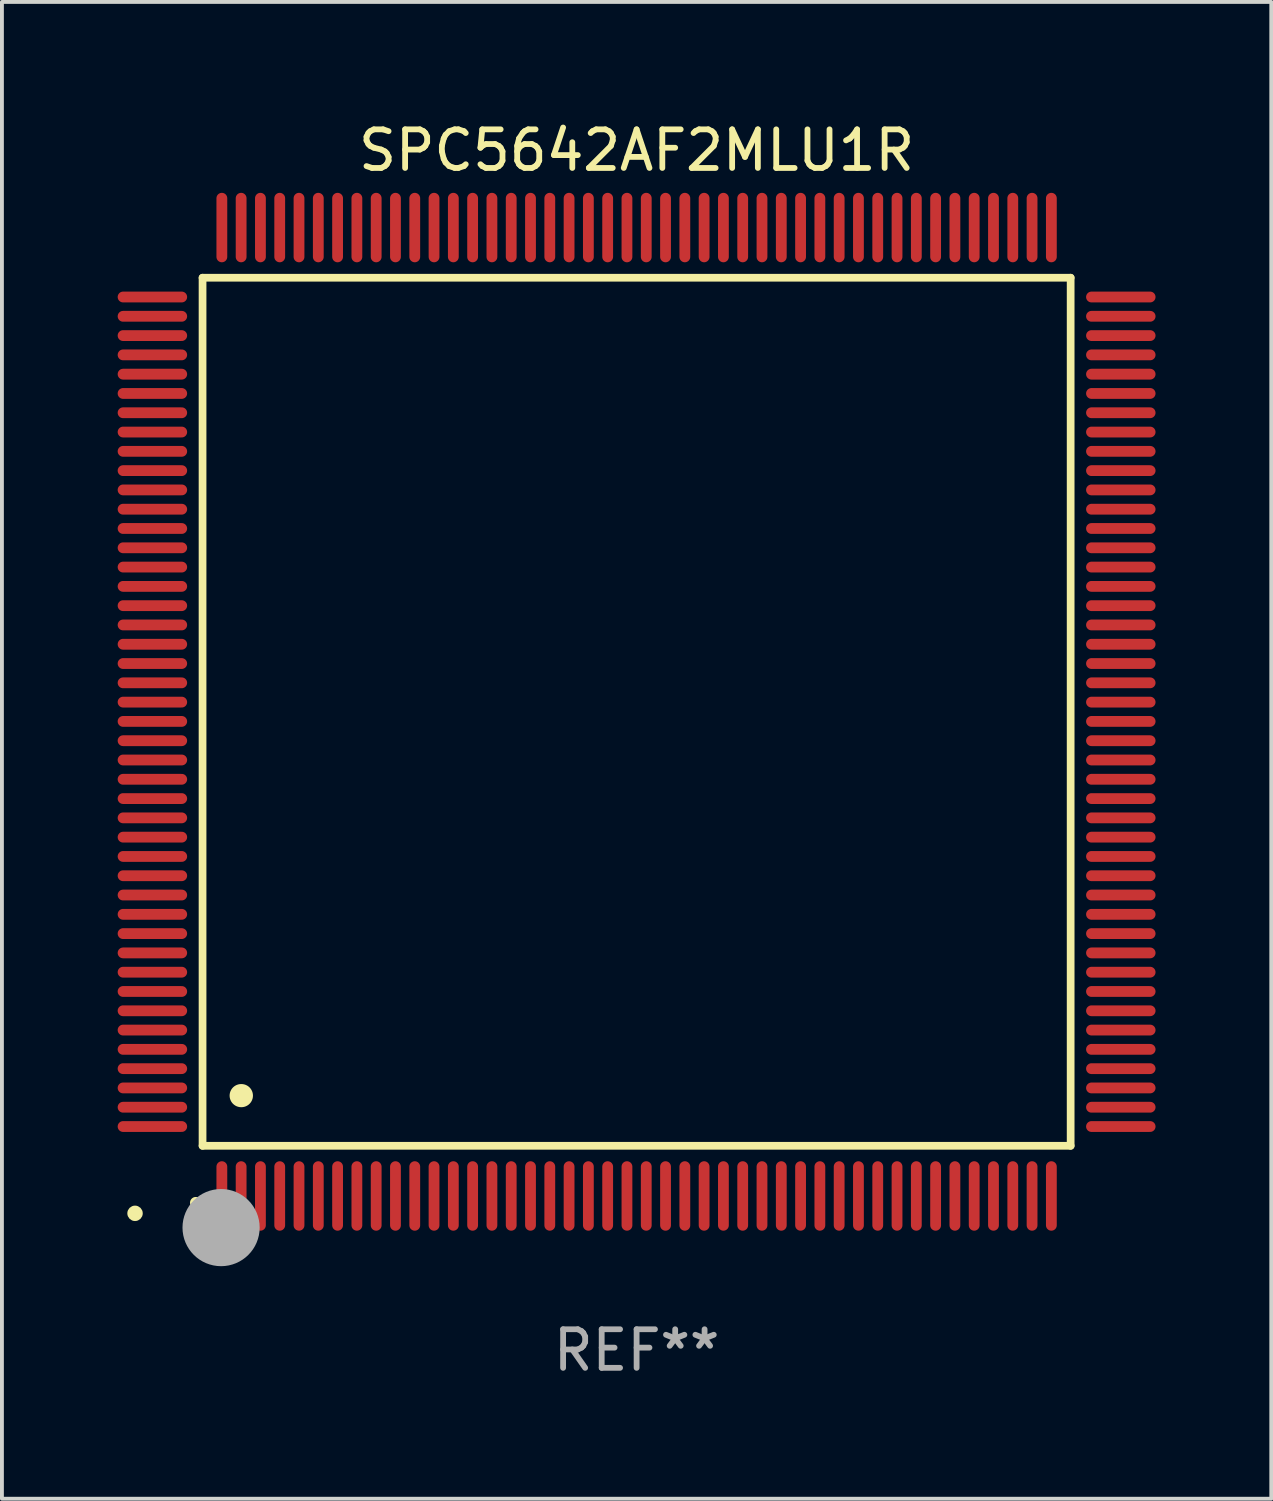
<source format=kicad_pcb>
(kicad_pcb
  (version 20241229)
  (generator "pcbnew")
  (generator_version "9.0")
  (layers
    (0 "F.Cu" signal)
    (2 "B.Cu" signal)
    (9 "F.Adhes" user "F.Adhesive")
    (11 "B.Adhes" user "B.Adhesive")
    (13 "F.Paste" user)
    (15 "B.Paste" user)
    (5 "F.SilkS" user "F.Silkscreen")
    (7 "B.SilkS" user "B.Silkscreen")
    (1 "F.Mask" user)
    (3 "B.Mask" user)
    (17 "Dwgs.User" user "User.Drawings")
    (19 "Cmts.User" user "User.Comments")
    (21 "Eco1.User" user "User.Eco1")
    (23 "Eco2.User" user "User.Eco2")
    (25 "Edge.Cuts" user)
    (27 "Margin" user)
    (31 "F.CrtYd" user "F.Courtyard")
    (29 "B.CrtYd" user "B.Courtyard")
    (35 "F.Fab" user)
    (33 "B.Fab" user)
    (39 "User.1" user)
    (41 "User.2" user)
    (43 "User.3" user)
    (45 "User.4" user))
  (footprint "SPC5642AF2MLU1R"
    (layer "F.Cu")
    (at 13.45 15.398)
    (property "Reference" "SPC5642AF2MLU1R" (at 0 -14.55 0) (layer "F.SilkS") (effects (font (size 1 1) (thickness 0.15))))
    (attr through_hole)
    (fp_line (start -11.25 -11.25) (end 11.25 -11.25) (stroke (width 0.2) (type solid)) (layer "F.SilkS"))
    (fp_line (start -11.25 11.25) (end -11.25 -11.25) (stroke (width 0.2) (type solid)) (layer "F.SilkS"))
    (fp_line (start 11.25 -11.25) (end 11.25 11.25) (stroke (width 0.2) (type solid)) (layer "F.SilkS"))
    (fp_line (start 11.25 11.25) (end -11.25 11.25) (stroke (width 0.2) (type solid)) (layer "F.SilkS"))
    (fp_arc (start -11.424943 12.725425) (mid -11.423673 12.72542) (end -11.422403 12.725425) (stroke (width 0.3) (type solid)) (layer "F.SilkS"))
    (fp_arc (start -10.24892 9.9492) (mid -10.24638 9.949189) (end -10.24384 9.9492) (stroke (width 0.6) (type solid)) (layer "F.SilkS"))
    (fp_circle (center -13 13) (end -12.9 13) (stroke (width 0.2) (type solid)) (fill no) (layer "F.SilkS"))
    (fp_circle (center -10.77 13.37) (end -10.27 13.37) (stroke (width 1) (type solid)) (fill no) (layer "F.Fab"))
    (fp_text user "REF**" (at 0 16.55 0) (layer "F.Fab") (effects (font (size 1 1) (thickness 0.15))))
    (pad "1" smd oval (at -10.75 12.55) (size 0.28 1.8) (layers "F.Cu" "F.Mask" "F.Paste"))
    (pad "2" smd oval (at -10.25 12.55) (size 0.28 1.8) (layers "F.Cu" "F.Mask" "F.Paste"))
    (pad "3" smd oval (at -9.75 12.55) (size 0.28 1.8) (layers "F.Cu" "F.Mask" "F.Paste"))
    (pad "4" smd oval (at -9.25 12.55) (size 0.28 1.8) (layers "F.Cu" "F.Mask" "F.Paste"))
    (pad "5" smd oval (at -8.75 12.55) (size 0.28 1.8) (layers "F.Cu" "F.Mask" "F.Paste"))
    (pad "6" smd oval (at -8.25 12.55) (size 0.28 1.8) (layers "F.Cu" "F.Mask" "F.Paste"))
    (pad "7" smd oval (at -7.75 12.55) (size 0.28 1.8) (layers "F.Cu" "F.Mask" "F.Paste"))
    (pad "8" smd oval (at -7.25 12.55) (size 0.28 1.8) (layers "F.Cu" "F.Mask" "F.Paste"))
    (pad "9" smd oval (at -6.75 12.55) (size 0.28 1.8) (layers "F.Cu" "F.Mask" "F.Paste"))
    (pad "10" smd oval (at -6.25 12.55) (size 0.28 1.8) (layers "F.Cu" "F.Mask" "F.Paste"))
    (pad "11" smd oval (at -5.75 12.55) (size 0.28 1.8) (layers "F.Cu" "F.Mask" "F.Paste"))
    (pad "12" smd oval (at -5.25 12.55) (size 0.28 1.8) (layers "F.Cu" "F.Mask" "F.Paste"))
    (pad "13" smd oval (at -4.75 12.55) (size 0.28 1.8) (layers "F.Cu" "F.Mask" "F.Paste"))
    (pad "14" smd oval (at -4.25 12.55) (size 0.28 1.8) (layers "F.Cu" "F.Mask" "F.Paste"))
    (pad "15" smd oval (at -3.75 12.55) (size 0.28 1.8) (layers "F.Cu" "F.Mask" "F.Paste"))
    (pad "16" smd oval (at -3.25 12.55) (size 0.28 1.8) (layers "F.Cu" "F.Mask" "F.Paste"))
    (pad "17" smd oval (at -2.75 12.55) (size 0.28 1.8) (layers "F.Cu" "F.Mask" "F.Paste"))
    (pad "18" smd oval (at -2.25 12.55) (size 0.28 1.8) (layers "F.Cu" "F.Mask" "F.Paste"))
    (pad "19" smd oval (at -1.75 12.55) (size 0.28 1.8) (layers "F.Cu" "F.Mask" "F.Paste"))
    (pad "20" smd oval (at -1.25 12.55) (size 0.28 1.8) (layers "F.Cu" "F.Mask" "F.Paste"))
    (pad "21" smd oval (at -0.75 12.55) (size 0.28 1.8) (layers "F.Cu" "F.Mask" "F.Paste"))
    (pad "22" smd oval (at -0.25 12.55) (size 0.28 1.8) (layers "F.Cu" "F.Mask" "F.Paste"))
    (pad "23" smd oval (at 0.25 12.55) (size 0.28 1.8) (layers "F.Cu" "F.Mask" "F.Paste"))
    (pad "24" smd oval (at 0.75 12.55) (size 0.28 1.8) (layers "F.Cu" "F.Mask" "F.Paste"))
    (pad "25" smd oval (at 1.25 12.55) (size 0.28 1.8) (layers "F.Cu" "F.Mask" "F.Paste"))
    (pad "26" smd oval (at 1.75 12.55) (size 0.28 1.8) (layers "F.Cu" "F.Mask" "F.Paste"))
    (pad "27" smd oval (at 2.25 12.55) (size 0.28 1.8) (layers "F.Cu" "F.Mask" "F.Paste"))
    (pad "28" smd oval (at 2.75 12.55) (size 0.28 1.8) (layers "F.Cu" "F.Mask" "F.Paste"))
    (pad "29" smd oval (at 3.25 12.55) (size 0.28 1.8) (layers "F.Cu" "F.Mask" "F.Paste"))
    (pad "30" smd oval (at 3.75 12.55) (size 0.28 1.8) (layers "F.Cu" "F.Mask" "F.Paste"))
    (pad "31" smd oval (at 4.25 12.55) (size 0.28 1.8) (layers "F.Cu" "F.Mask" "F.Paste"))
    (pad "32" smd oval (at 4.75 12.55) (size 0.28 1.8) (layers "F.Cu" "F.Mask" "F.Paste"))
    (pad "33" smd oval (at 5.25 12.55) (size 0.28 1.8) (layers "F.Cu" "F.Mask" "F.Paste"))
    (pad "34" smd oval (at 5.75 12.55) (size 0.28 1.8) (layers "F.Cu" "F.Mask" "F.Paste"))
    (pad "35" smd oval (at 6.25 12.55) (size 0.28 1.8) (layers "F.Cu" "F.Mask" "F.Paste"))
    (pad "36" smd oval (at 6.75 12.55) (size 0.28 1.8) (layers "F.Cu" "F.Mask" "F.Paste"))
    (pad "37" smd oval (at 7.25 12.55) (size 0.28 1.8) (layers "F.Cu" "F.Mask" "F.Paste"))
    (pad "38" smd oval (at 7.75 12.55) (size 0.28 1.8) (layers "F.Cu" "F.Mask" "F.Paste"))
    (pad "39" smd oval (at 8.25 12.55) (size 0.28 1.8) (layers "F.Cu" "F.Mask" "F.Paste"))
    (pad "40" smd oval (at 8.75 12.55) (size 0.28 1.8) (layers "F.Cu" "F.Mask" "F.Paste"))
    (pad "41" smd oval (at 9.25 12.55) (size 0.28 1.8) (layers "F.Cu" "F.Mask" "F.Paste"))
    (pad "42" smd oval (at 9.75 12.55) (size 0.28 1.8) (layers "F.Cu" "F.Mask" "F.Paste"))
    (pad "43" smd oval (at 10.25 12.55) (size 0.28 1.8) (layers "F.Cu" "F.Mask" "F.Paste"))
    (pad "44" smd oval (at 10.75 12.55) (size 0.28 1.8) (layers "F.Cu" "F.Mask" "F.Paste"))
    (pad "45" smd oval (at 12.55 10.75) (size 1.8 0.28) (layers "F.Cu" "F.Mask" "F.Paste"))
    (pad "46" smd oval (at 12.55 10.25) (size 1.8 0.28) (layers "F.Cu" "F.Mask" "F.Paste"))
    (pad "47" smd oval (at 12.55 9.75) (size 1.8 0.28) (layers "F.Cu" "F.Mask" "F.Paste"))
    (pad "48" smd oval (at 12.55 9.25) (size 1.8 0.28) (layers "F.Cu" "F.Mask" "F.Paste"))
    (pad "49" smd oval (at 12.55 8.75) (size 1.8 0.28) (layers "F.Cu" "F.Mask" "F.Paste"))
    (pad "50" smd oval (at 12.55 8.25) (size 1.8 0.28) (layers "F.Cu" "F.Mask" "F.Paste"))
    (pad "51" smd oval (at 12.55 7.75) (size 1.8 0.28) (layers "F.Cu" "F.Mask" "F.Paste"))
    (pad "52" smd oval (at 12.55 7.25) (size 1.8 0.28) (layers "F.Cu" "F.Mask" "F.Paste"))
    (pad "53" smd oval (at 12.55 6.75) (size 1.8 0.28) (layers "F.Cu" "F.Mask" "F.Paste"))
    (pad "54" smd oval (at 12.55 6.25) (size 1.8 0.28) (layers "F.Cu" "F.Mask" "F.Paste"))
    (pad "55" smd oval (at 12.55 5.75) (size 1.8 0.28) (layers "F.Cu" "F.Mask" "F.Paste"))
    (pad "56" smd oval (at 12.55 5.25) (size 1.8 0.28) (layers "F.Cu" "F.Mask" "F.Paste"))
    (pad "57" smd oval (at 12.55 4.75) (size 1.8 0.28) (layers "F.Cu" "F.Mask" "F.Paste"))
    (pad "58" smd oval (at 12.55 4.25) (size 1.8 0.28) (layers "F.Cu" "F.Mask" "F.Paste"))
    (pad "59" smd oval (at 12.55 3.75) (size 1.8 0.28) (layers "F.Cu" "F.Mask" "F.Paste"))
    (pad "60" smd oval (at 12.55 3.25) (size 1.8 0.28) (layers "F.Cu" "F.Mask" "F.Paste"))
    (pad "61" smd oval (at 12.55 2.75) (size 1.8 0.28) (layers "F.Cu" "F.Mask" "F.Paste"))
    (pad "62" smd oval (at 12.55 2.25) (size 1.8 0.28) (layers "F.Cu" "F.Mask" "F.Paste"))
    (pad "63" smd oval (at 12.55 1.75) (size 1.8 0.28) (layers "F.Cu" "F.Mask" "F.Paste"))
    (pad "64" smd oval (at 12.55 1.25) (size 1.8 0.28) (layers "F.Cu" "F.Mask" "F.Paste"))
    (pad "65" smd oval (at 12.55 0.75) (size 1.8 0.28) (layers "F.Cu" "F.Mask" "F.Paste"))
    (pad "66" smd oval (at 12.55 0.25) (size 1.8 0.28) (layers "F.Cu" "F.Mask" "F.Paste"))
    (pad "67" smd oval (at 12.55 -0.25) (size 1.8 0.28) (layers "F.Cu" "F.Mask" "F.Paste"))
    (pad "68" smd oval (at 12.55 -0.75) (size 1.8 0.28) (layers "F.Cu" "F.Mask" "F.Paste"))
    (pad "69" smd oval (at 12.55 -1.25) (size 1.8 0.28) (layers "F.Cu" "F.Mask" "F.Paste"))
    (pad "70" smd oval (at 12.55 -1.75) (size 1.8 0.28) (layers "F.Cu" "F.Mask" "F.Paste"))
    (pad "71" smd oval (at 12.55 -2.25) (size 1.8 0.28) (layers "F.Cu" "F.Mask" "F.Paste"))
    (pad "72" smd oval (at 12.55 -2.75) (size 1.8 0.28) (layers "F.Cu" "F.Mask" "F.Paste"))
    (pad "73" smd oval (at 12.55 -3.25) (size 1.8 0.28) (layers "F.Cu" "F.Mask" "F.Paste"))
    (pad "74" smd oval (at 12.55 -3.75) (size 1.8 0.28) (layers "F.Cu" "F.Mask" "F.Paste"))
    (pad "75" smd oval (at 12.55 -4.25) (size 1.8 0.28) (layers "F.Cu" "F.Mask" "F.Paste"))
    (pad "76" smd oval (at 12.55 -4.75) (size 1.8 0.28) (layers "F.Cu" "F.Mask" "F.Paste"))
    (pad "77" smd oval (at 12.55 -5.25) (size 1.8 0.28) (layers "F.Cu" "F.Mask" "F.Paste"))
    (pad "78" smd oval (at 12.55 -5.75) (size 1.8 0.28) (layers "F.Cu" "F.Mask" "F.Paste"))
    (pad "79" smd oval (at 12.55 -6.25) (size 1.8 0.28) (layers "F.Cu" "F.Mask" "F.Paste"))
    (pad "80" smd oval (at 12.55 -6.75) (size 1.8 0.28) (layers "F.Cu" "F.Mask" "F.Paste"))
    (pad "81" smd oval (at 12.55 -7.25) (size 1.8 0.28) (layers "F.Cu" "F.Mask" "F.Paste"))
    (pad "82" smd oval (at 12.55 -7.75) (size 1.8 0.28) (layers "F.Cu" "F.Mask" "F.Paste"))
    (pad "83" smd oval (at 12.55 -8.25) (size 1.8 0.28) (layers "F.Cu" "F.Mask" "F.Paste"))
    (pad "84" smd oval (at 12.55 -8.75) (size 1.8 0.28) (layers "F.Cu" "F.Mask" "F.Paste"))
    (pad "85" smd oval (at 12.55 -9.25) (size 1.8 0.28) (layers "F.Cu" "F.Mask" "F.Paste"))
    (pad "86" smd oval (at 12.55 -9.75) (size 1.8 0.28) (layers "F.Cu" "F.Mask" "F.Paste"))
    (pad "87" smd oval (at 12.55 -10.25) (size 1.8 0.28) (layers "F.Cu" "F.Mask" "F.Paste"))
    (pad "88" smd oval (at 12.55 -10.75) (size 1.8 0.28) (layers "F.Cu" "F.Mask" "F.Paste"))
    (pad "89" smd oval (at 10.75 -12.55) (size 0.28 1.8) (layers "F.Cu" "F.Mask" "F.Paste"))
    (pad "90" smd oval (at 10.25 -12.55) (size 0.28 1.8) (layers "F.Cu" "F.Mask" "F.Paste"))
    (pad "91" smd oval (at 9.75 -12.55) (size 0.28 1.8) (layers "F.Cu" "F.Mask" "F.Paste"))
    (pad "92" smd oval (at 9.25 -12.55) (size 0.28 1.8) (layers "F.Cu" "F.Mask" "F.Paste"))
    (pad "93" smd oval (at 8.75 -12.55) (size 0.28 1.8) (layers "F.Cu" "F.Mask" "F.Paste"))
    (pad "94" smd oval (at 8.25 -12.55) (size 0.28 1.8) (layers "F.Cu" "F.Mask" "F.Paste"))
    (pad "95" smd oval (at 7.75 -12.55) (size 0.28 1.8) (layers "F.Cu" "F.Mask" "F.Paste"))
    (pad "96" smd oval (at 7.25 -12.55) (size 0.28 1.8) (layers "F.Cu" "F.Mask" "F.Paste"))
    (pad "97" smd oval (at 6.75 -12.55) (size 0.28 1.8) (layers "F.Cu" "F.Mask" "F.Paste"))
    (pad "98" smd oval (at 6.25 -12.55) (size 0.28 1.8) (layers "F.Cu" "F.Mask" "F.Paste"))
    (pad "99" smd oval (at 5.75 -12.55) (size 0.28 1.8) (layers "F.Cu" "F.Mask" "F.Paste"))
    (pad "100" smd oval (at 5.25 -12.55) (size 0.28 1.8) (layers "F.Cu" "F.Mask" "F.Paste"))
    (pad "101" smd oval (at 4.75 -12.55) (size 0.28 1.8) (layers "F.Cu" "F.Mask" "F.Paste"))
    (pad "102" smd oval (at 4.25 -12.55) (size 0.28 1.8) (layers "F.Cu" "F.Mask" "F.Paste"))
    (pad "103" smd oval (at 3.75 -12.55) (size 0.28 1.8) (layers "F.Cu" "F.Mask" "F.Paste"))
    (pad "104" smd oval (at 3.25 -12.55) (size 0.28 1.8) (layers "F.Cu" "F.Mask" "F.Paste"))
    (pad "105" smd oval (at 2.75 -12.55) (size 0.28 1.8) (layers "F.Cu" "F.Mask" "F.Paste"))
    (pad "106" smd oval (at 2.25 -12.55) (size 0.28 1.8) (layers "F.Cu" "F.Mask" "F.Paste"))
    (pad "107" smd oval (at 1.75 -12.55) (size 0.28 1.8) (layers "F.Cu" "F.Mask" "F.Paste"))
    (pad "108" smd oval (at 1.25 -12.55) (size 0.28 1.8) (layers "F.Cu" "F.Mask" "F.Paste"))
    (pad "109" smd oval (at 0.75 -12.55) (size 0.28 1.8) (layers "F.Cu" "F.Mask" "F.Paste"))
    (pad "110" smd oval (at 0.25 -12.55) (size 0.28 1.8) (layers "F.Cu" "F.Mask" "F.Paste"))
    (pad "111" smd oval (at -0.25 -12.55) (size 0.28 1.8) (layers "F.Cu" "F.Mask" "F.Paste"))
    (pad "112" smd oval (at -0.75 -12.55) (size 0.28 1.8) (layers "F.Cu" "F.Mask" "F.Paste"))
    (pad "113" smd oval (at -1.25 -12.55) (size 0.28 1.8) (layers "F.Cu" "F.Mask" "F.Paste"))
    (pad "114" smd oval (at -1.75 -12.55) (size 0.28 1.8) (layers "F.Cu" "F.Mask" "F.Paste"))
    (pad "115" smd oval (at -2.25 -12.55) (size 0.28 1.8) (layers "F.Cu" "F.Mask" "F.Paste"))
    (pad "116" smd oval (at -2.75 -12.55) (size 0.28 1.8) (layers "F.Cu" "F.Mask" "F.Paste"))
    (pad "117" smd oval (at -3.25 -12.55) (size 0.28 1.8) (layers "F.Cu" "F.Mask" "F.Paste"))
    (pad "118" smd oval (at -3.75 -12.55) (size 0.28 1.8) (layers "F.Cu" "F.Mask" "F.Paste"))
    (pad "119" smd oval (at -4.25 -12.55) (size 0.28 1.8) (layers "F.Cu" "F.Mask" "F.Paste"))
    (pad "120" smd oval (at -4.75 -12.55) (size 0.28 1.8) (layers "F.Cu" "F.Mask" "F.Paste"))
    (pad "121" smd oval (at -5.25 -12.55) (size 0.28 1.8) (layers "F.Cu" "F.Mask" "F.Paste"))
    (pad "122" smd oval (at -5.75 -12.55) (size 0.28 1.8) (layers "F.Cu" "F.Mask" "F.Paste"))
    (pad "123" smd oval (at -6.25 -12.55) (size 0.28 1.8) (layers "F.Cu" "F.Mask" "F.Paste"))
    (pad "124" smd oval (at -6.75 -12.55) (size 0.28 1.8) (layers "F.Cu" "F.Mask" "F.Paste"))
    (pad "125" smd oval (at -7.25 -12.55) (size 0.28 1.8) (layers "F.Cu" "F.Mask" "F.Paste"))
    (pad "126" smd oval (at -7.75 -12.55) (size 0.28 1.8) (layers "F.Cu" "F.Mask" "F.Paste"))
    (pad "127" smd oval (at -8.25 -12.55) (size 0.28 1.8) (layers "F.Cu" "F.Mask" "F.Paste"))
    (pad "128" smd oval (at -8.75 -12.55) (size 0.28 1.8) (layers "F.Cu" "F.Mask" "F.Paste"))
    (pad "129" smd oval (at -9.25 -12.55) (size 0.28 1.8) (layers "F.Cu" "F.Mask" "F.Paste"))
    (pad "130" smd oval (at -9.75 -12.55) (size 0.28 1.8) (layers "F.Cu" "F.Mask" "F.Paste"))
    (pad "131" smd oval (at -10.25 -12.55) (size 0.28 1.8) (layers "F.Cu" "F.Mask" "F.Paste"))
    (pad "132" smd oval (at -10.75 -12.55) (size 0.28 1.8) (layers "F.Cu" "F.Mask" "F.Paste"))
    (pad "133" smd oval (at -12.55 -10.75) (size 1.8 0.28) (layers "F.Cu" "F.Mask" "F.Paste"))
    (pad "134" smd oval (at -12.55 -10.25) (size 1.8 0.28) (layers "F.Cu" "F.Mask" "F.Paste"))
    (pad "135" smd oval (at -12.55 -9.75) (size 1.8 0.28) (layers "F.Cu" "F.Mask" "F.Paste"))
    (pad "136" smd oval (at -12.55 -9.25) (size 1.8 0.28) (layers "F.Cu" "F.Mask" "F.Paste"))
    (pad "137" smd oval (at -12.55 -8.75) (size 1.8 0.28) (layers "F.Cu" "F.Mask" "F.Paste"))
    (pad "138" smd oval (at -12.55 -8.25) (size 1.8 0.28) (layers "F.Cu" "F.Mask" "F.Paste"))
    (pad "139" smd oval (at -12.55 -7.75) (size 1.8 0.28) (layers "F.Cu" "F.Mask" "F.Paste"))
    (pad "140" smd oval (at -12.55 -7.25) (size 1.8 0.28) (layers "F.Cu" "F.Mask" "F.Paste"))
    (pad "141" smd oval (at -12.55 -6.75) (size 1.8 0.28) (layers "F.Cu" "F.Mask" "F.Paste"))
    (pad "142" smd oval (at -12.55 -6.25) (size 1.8 0.28) (layers "F.Cu" "F.Mask" "F.Paste"))
    (pad "143" smd oval (at -12.55 -5.75) (size 1.8 0.28) (layers "F.Cu" "F.Mask" "F.Paste"))
    (pad "144" smd oval (at -12.55 -5.25) (size 1.8 0.28) (layers "F.Cu" "F.Mask" "F.Paste"))
    (pad "145" smd oval (at -12.55 -4.75) (size 1.8 0.28) (layers "F.Cu" "F.Mask" "F.Paste"))
    (pad "146" smd oval (at -12.55 -4.25) (size 1.8 0.28) (layers "F.Cu" "F.Mask" "F.Paste"))
    (pad "147" smd oval (at -12.55 -3.75) (size 1.8 0.28) (layers "F.Cu" "F.Mask" "F.Paste"))
    (pad "148" smd oval (at -12.55 -3.25) (size 1.8 0.28) (layers "F.Cu" "F.Mask" "F.Paste"))
    (pad "149" smd oval (at -12.55 -2.75) (size 1.8 0.28) (layers "F.Cu" "F.Mask" "F.Paste"))
    (pad "150" smd oval (at -12.55 -2.25) (size 1.8 0.28) (layers "F.Cu" "F.Mask" "F.Paste"))
    (pad "151" smd oval (at -12.55 -1.75) (size 1.8 0.28) (layers "F.Cu" "F.Mask" "F.Paste"))
    (pad "152" smd oval (at -12.55 -1.25) (size 1.8 0.28) (layers "F.Cu" "F.Mask" "F.Paste"))
    (pad "153" smd oval (at -12.55 -0.75) (size 1.8 0.28) (layers "F.Cu" "F.Mask" "F.Paste"))
    (pad "154" smd oval (at -12.55 -0.25) (size 1.8 0.28) (layers "F.Cu" "F.Mask" "F.Paste"))
    (pad "155" smd oval (at -12.55 0.25) (size 1.8 0.28) (layers "F.Cu" "F.Mask" "F.Paste"))
    (pad "156" smd oval (at -12.55 0.75) (size 1.8 0.28) (layers "F.Cu" "F.Mask" "F.Paste"))
    (pad "157" smd oval (at -12.55 1.25) (size 1.8 0.28) (layers "F.Cu" "F.Mask" "F.Paste"))
    (pad "158" smd oval (at -12.55 1.75) (size 1.8 0.28) (layers "F.Cu" "F.Mask" "F.Paste"))
    (pad "159" smd oval (at -12.55 2.25) (size 1.8 0.28) (layers "F.Cu" "F.Mask" "F.Paste"))
    (pad "160" smd oval (at -12.55 2.75) (size 1.8 0.28) (layers "F.Cu" "F.Mask" "F.Paste"))
    (pad "161" smd oval (at -12.55 3.25) (size 1.8 0.28) (layers "F.Cu" "F.Mask" "F.Paste"))
    (pad "162" smd oval (at -12.55 3.75) (size 1.8 0.28) (layers "F.Cu" "F.Mask" "F.Paste"))
    (pad "163" smd oval (at -12.55 4.25) (size 1.8 0.28) (layers "F.Cu" "F.Mask" "F.Paste"))
    (pad "164" smd oval (at -12.55 4.75) (size 1.8 0.28) (layers "F.Cu" "F.Mask" "F.Paste"))
    (pad "165" smd oval (at -12.55 5.25) (size 1.8 0.28) (layers "F.Cu" "F.Mask" "F.Paste"))
    (pad "166" smd oval (at -12.55 5.75) (size 1.8 0.28) (layers "F.Cu" "F.Mask" "F.Paste"))
    (pad "167" smd oval (at -12.55 6.25) (size 1.8 0.28) (layers "F.Cu" "F.Mask" "F.Paste"))
    (pad "168" smd oval (at -12.55 6.75) (size 1.8 0.28) (layers "F.Cu" "F.Mask" "F.Paste"))
    (pad "169" smd oval (at -12.55 7.25) (size 1.8 0.28) (layers "F.Cu" "F.Mask" "F.Paste"))
    (pad "170" smd oval (at -12.55 7.75) (size 1.8 0.28) (layers "F.Cu" "F.Mask" "F.Paste"))
    (pad "171" smd oval (at -12.55 8.25) (size 1.8 0.28) (layers "F.Cu" "F.Mask" "F.Paste"))
    (pad "172" smd oval (at -12.55 8.75) (size 1.8 0.28) (layers "F.Cu" "F.Mask" "F.Paste"))
    (pad "173" smd oval (at -12.55 9.25) (size 1.8 0.28) (layers "F.Cu" "F.Mask" "F.Paste"))
    (pad "174" smd oval (at -12.55 9.75) (size 1.8 0.28) (layers "F.Cu" "F.Mask" "F.Paste"))
    (pad "175" smd oval (at -12.55 10.25) (size 1.8 0.28) (layers "F.Cu" "F.Mask" "F.Paste"))
    (pad "176" smd oval (at -12.55 10.75) (size 1.8 0.28) (layers "F.Cu" "F.Mask" "F.Paste")))
  (gr_rect
    (start -3 -3)
    (end 29.9 35.796)
    (stroke (width 0.1) (type default))
    (fill no)
    (layer "Edge.Cuts")))
</source>
